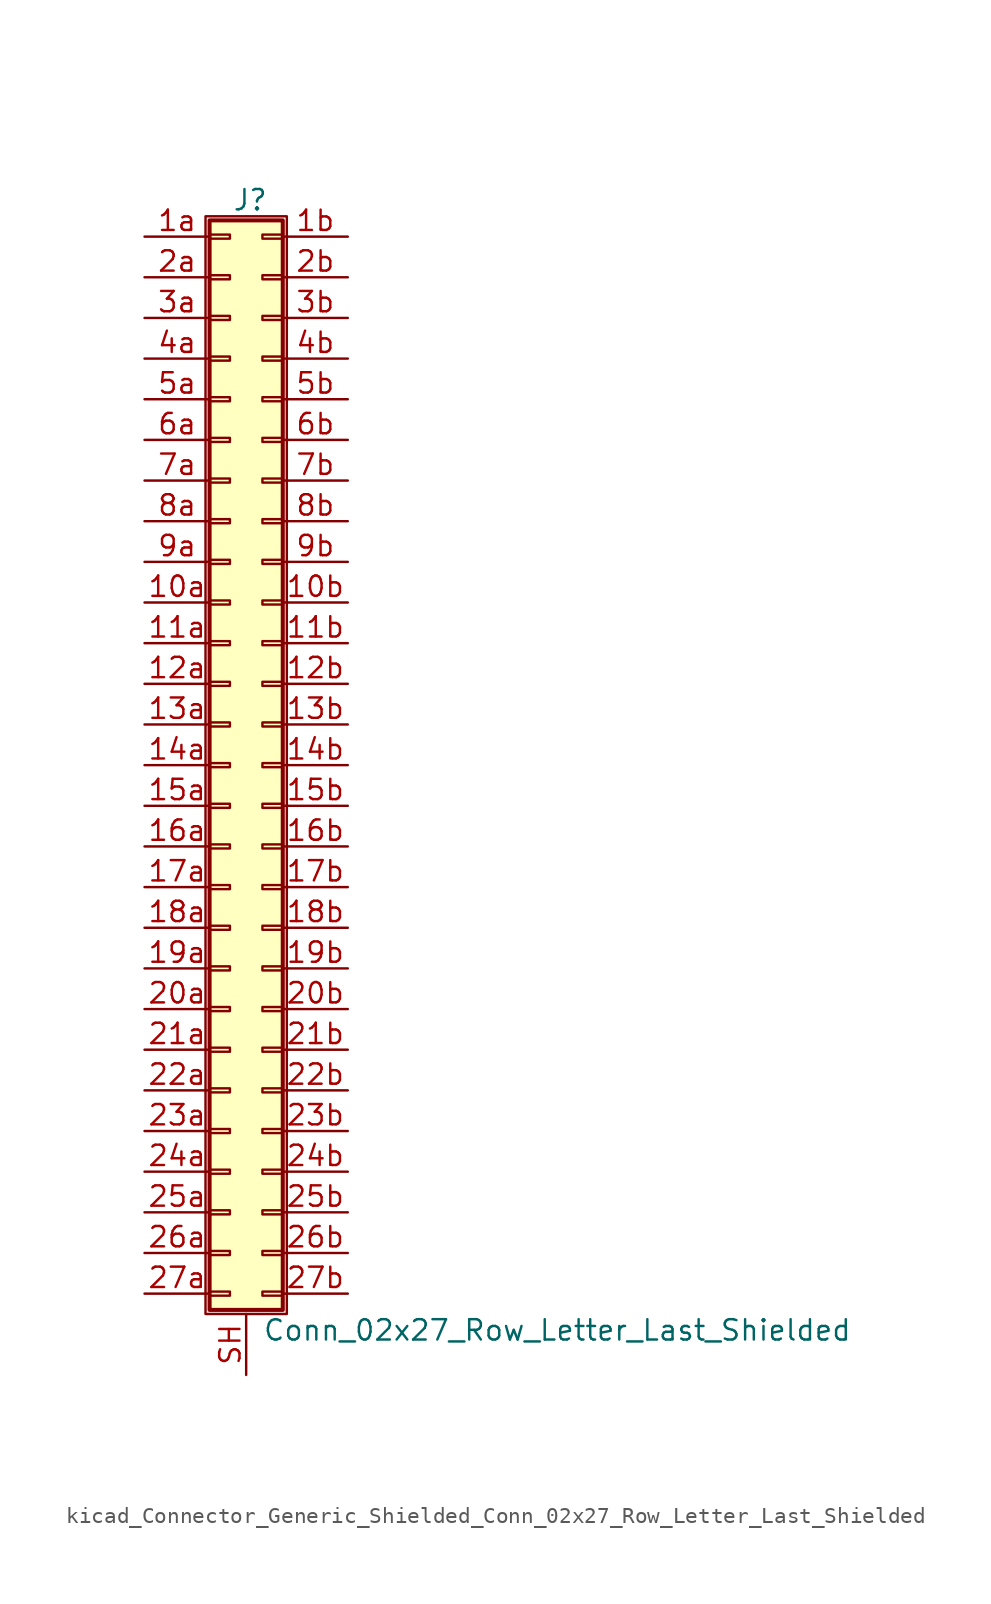
<source format=kicad_sym>
(kicad_symbol_lib
  (version 20220914)
  (generator kicad_symbol_editor)
  (symbol "kicad_Connector_Generic_Shielded_Conn_02x27_Row_Letter_Last_Shielded"
    (pin_names
      (offset 1.016) hide)
    (property "Reference" "J"
      (at 1.524 35.306 0)
      (effects (font (size 1.27 1.27))))
    (property "Value" "Conn_02x27_Row_Letter_Last_Shielded"
      (at 2.286 -35.306 0)
      (effects (font (size 1.27 1.27)) (justify left)))
    (symbol "kicad_Connector_Generic_Shielded_Conn_02x27_Row_Letter_Last_Shielded_1_1"
      (rectangle (start -1.27 34.29) (end 3.81 -34.29) (stroke (width 0.152) (type default)) (fill (type none)))
      (rectangle (start -1.016 -32.893) (end 0.254 -33.147) (stroke (width 0.152) (type default)) (fill (type none)))
      (rectangle (start -1.016 -30.353) (end 0.254 -30.607) (stroke (width 0.152) (type default)) (fill (type none)))
      (rectangle (start -1.016 -27.813) (end 0.254 -28.067) (stroke (width 0.152) (type default)) (fill (type none)))
      (rectangle (start -1.016 -25.273) (end 0.254 -25.527) (stroke (width 0.152) (type default)) (fill (type none)))
      (rectangle (start -1.016 -22.733) (end 0.254 -22.987) (stroke (width 0.152) (type default)) (fill (type none)))
      (rectangle (start -1.016 -20.193) (end 0.254 -20.447) (stroke (width 0.152) (type default)) (fill (type none)))
      (rectangle (start -1.016 -17.653) (end 0.254 -17.907) (stroke (width 0.152) (type default)) (fill (type none)))
      (rectangle (start -1.016 -15.113) (end 0.254 -15.367) (stroke (width 0.152) (type default)) (fill (type none)))
      (rectangle (start -1.016 -12.573) (end 0.254 -12.827) (stroke (width 0.152) (type default)) (fill (type none)))
      (rectangle (start -1.016 -10.033) (end 0.254 -10.287) (stroke (width 0.152) (type default)) (fill (type none)))
      (rectangle (start -1.016 -7.493) (end 0.254 -7.747) (stroke (width 0.152) (type default)) (fill (type none)))
      (rectangle (start -1.016 -4.953) (end 0.254 -5.207) (stroke (width 0.152) (type default)) (fill (type none)))
      (rectangle (start -1.016 -2.413) (end 0.254 -2.667) (stroke (width 0.152) (type default)) (fill (type none)))
      (rectangle (start -1.016 0.127) (end 0.254 -0.127) (stroke (width 0.152) (type default)) (fill (type none)))
      (rectangle (start -1.016 2.667) (end 0.254 2.413) (stroke (width 0.152) (type default)) (fill (type none)))
      (rectangle (start -1.016 5.207) (end 0.254 4.953) (stroke (width 0.152) (type default)) (fill (type none)))
      (rectangle (start -1.016 7.747) (end 0.254 7.493) (stroke (width 0.152) (type default)) (fill (type none)))
      (rectangle (start -1.016 10.287) (end 0.254 10.033) (stroke (width 0.152) (type default)) (fill (type none)))
      (rectangle (start -1.016 12.827) (end 0.254 12.573) (stroke (width 0.152) (type default)) (fill (type none)))
      (rectangle (start -1.016 15.367) (end 0.254 15.113) (stroke (width 0.152) (type default)) (fill (type none)))
      (rectangle (start -1.016 17.907) (end 0.254 17.653) (stroke (width 0.152) (type default)) (fill (type none)))
      (rectangle (start -1.016 20.447) (end 0.254 20.193) (stroke (width 0.152) (type default)) (fill (type none)))
      (rectangle (start -1.016 22.987) (end 0.254 22.733) (stroke (width 0.152) (type default)) (fill (type none)))
      (rectangle (start -1.016 25.527) (end 0.254 25.273) (stroke (width 0.152) (type default)) (fill (type none)))
      (rectangle (start -1.016 28.067) (end 0.254 27.813) (stroke (width 0.152) (type default)) (fill (type none)))
      (rectangle (start -1.016 30.607) (end 0.254 30.353) (stroke (width 0.152) (type default)) (fill (type none)))
      (rectangle (start -1.016 33.147) (end 0.254 32.893) (stroke (width 0.152) (type default)) (fill (type none)))
      (rectangle (start -1.016 34.036) (end 3.556 -34.036) (stroke (width 0.254) (type default)) (fill (type background)))
      (rectangle (start 3.556 -32.893) (end 2.286 -33.147) (stroke (width 0.152) (type default)) (fill (type none)))
      (rectangle (start 3.556 -30.353) (end 2.286 -30.607) (stroke (width 0.152) (type default)) (fill (type none)))
      (rectangle (start 3.556 -27.813) (end 2.286 -28.067) (stroke (width 0.152) (type default)) (fill (type none)))
      (rectangle (start 3.556 -25.273) (end 2.286 -25.527) (stroke (width 0.152) (type default)) (fill (type none)))
      (rectangle (start 3.556 -22.733) (end 2.286 -22.987) (stroke (width 0.152) (type default)) (fill (type none)))
      (rectangle (start 3.556 -20.193) (end 2.286 -20.447) (stroke (width 0.152) (type default)) (fill (type none)))
      (rectangle (start 3.556 -17.653) (end 2.286 -17.907) (stroke (width 0.152) (type default)) (fill (type none)))
      (rectangle (start 3.556 -15.113) (end 2.286 -15.367) (stroke (width 0.152) (type default)) (fill (type none)))
      (rectangle (start 3.556 -12.573) (end 2.286 -12.827) (stroke (width 0.152) (type default)) (fill (type none)))
      (rectangle (start 3.556 -10.033) (end 2.286 -10.287) (stroke (width 0.152) (type default)) (fill (type none)))
      (rectangle (start 3.556 -7.493) (end 2.286 -7.747) (stroke (width 0.152) (type default)) (fill (type none)))
      (rectangle (start 3.556 -4.953) (end 2.286 -5.207) (stroke (width 0.152) (type default)) (fill (type none)))
      (rectangle (start 3.556 -2.413) (end 2.286 -2.667) (stroke (width 0.152) (type default)) (fill (type none)))
      (rectangle (start 3.556 0.127) (end 2.286 -0.127) (stroke (width 0.152) (type default)) (fill (type none)))
      (rectangle (start 3.556 2.667) (end 2.286 2.413) (stroke (width 0.152) (type default)) (fill (type none)))
      (rectangle (start 3.556 5.207) (end 2.286 4.953) (stroke (width 0.152) (type default)) (fill (type none)))
      (rectangle (start 3.556 7.747) (end 2.286 7.493) (stroke (width 0.152) (type default)) (fill (type none)))
      (rectangle (start 3.556 10.287) (end 2.286 10.033) (stroke (width 0.152) (type default)) (fill (type none)))
      (rectangle (start 3.556 12.827) (end 2.286 12.573) (stroke (width 0.152) (type default)) (fill (type none)))
      (rectangle (start 3.556 15.367) (end 2.286 15.113) (stroke (width 0.152) (type default)) (fill (type none)))
      (rectangle (start 3.556 17.907) (end 2.286 17.653) (stroke (width 0.152) (type default)) (fill (type none)))
      (rectangle (start 3.556 20.447) (end 2.286 20.193) (stroke (width 0.152) (type default)) (fill (type none)))
      (rectangle (start 3.556 22.987) (end 2.286 22.733) (stroke (width 0.152) (type default)) (fill (type none)))
      (rectangle (start 3.556 25.527) (end 2.286 25.273) (stroke (width 0.152) (type default)) (fill (type none)))
      (rectangle (start 3.556 28.067) (end 2.286 27.813) (stroke (width 0.152) (type default)) (fill (type none)))
      (rectangle (start 3.556 30.607) (end 2.286 30.353) (stroke (width 0.152) (type default)) (fill (type none)))
      (rectangle (start 3.556 33.147) (end 2.286 32.893) (stroke (width 0.152) (type default)) (fill (type none)))
      (pin passive line (at -5.08 10.16 0) (length 4.064) (name "Pin_10a" (effects (font (size 1.27 1.27)))) (number "10a" (effects (font (size 1.27 1.27)))))
      (pin passive line (at 7.62 10.16 180) (length 4.064) (name "Pin_10b" (effects (font (size 1.27 1.27)))) (number "10b" (effects (font (size 1.27 1.27)))))
      (pin passive line (at -5.08 7.62 0) (length 4.064) (name "Pin_11a" (effects (font (size 1.27 1.27)))) (number "11a" (effects (font (size 1.27 1.27)))))
      (pin passive line (at 7.62 7.62 180) (length 4.064) (name "Pin_11b" (effects (font (size 1.27 1.27)))) (number "11b" (effects (font (size 1.27 1.27)))))
      (pin passive line (at -5.08 5.08 0) (length 4.064) (name "Pin_12a" (effects (font (size 1.27 1.27)))) (number "12a" (effects (font (size 1.27 1.27)))))
      (pin passive line (at 7.62 5.08 180) (length 4.064) (name "Pin_12b" (effects (font (size 1.27 1.27)))) (number "12b" (effects (font (size 1.27 1.27)))))
      (pin passive line (at -5.08 2.54 0) (length 4.064) (name "Pin_13a" (effects (font (size 1.27 1.27)))) (number "13a" (effects (font (size 1.27 1.27)))))
      (pin passive line (at 7.62 2.54 180) (length 4.064) (name "Pin_13b" (effects (font (size 1.27 1.27)))) (number "13b" (effects (font (size 1.27 1.27)))))
      (pin passive line (at -5.08 0 0) (length 4.064) (name "Pin_14a" (effects (font (size 1.27 1.27)))) (number "14a" (effects (font (size 1.27 1.27)))))
      (pin passive line (at 7.62 0 180) (length 4.064) (name "Pin_14b" (effects (font (size 1.27 1.27)))) (number "14b" (effects (font (size 1.27 1.27)))))
      (pin passive line (at -5.08 -2.54 0) (length 4.064) (name "Pin_15a" (effects (font (size 1.27 1.27)))) (number "15a" (effects (font (size 1.27 1.27)))))
      (pin passive line (at 7.62 -2.54 180) (length 4.064) (name "Pin_15b" (effects (font (size 1.27 1.27)))) (number "15b" (effects (font (size 1.27 1.27)))))
      (pin passive line (at -5.08 -5.08 0) (length 4.064) (name "Pin_16a" (effects (font (size 1.27 1.27)))) (number "16a" (effects (font (size 1.27 1.27)))))
      (pin passive line (at 7.62 -5.08 180) (length 4.064) (name "Pin_16b" (effects (font (size 1.27 1.27)))) (number "16b" (effects (font (size 1.27 1.27)))))
      (pin passive line (at -5.08 -7.62 0) (length 4.064) (name "Pin_17a" (effects (font (size 1.27 1.27)))) (number "17a" (effects (font (size 1.27 1.27)))))
      (pin passive line (at 7.62 -7.62 180) (length 4.064) (name "Pin_17b" (effects (font (size 1.27 1.27)))) (number "17b" (effects (font (size 1.27 1.27)))))
      (pin passive line (at -5.08 -10.16 0) (length 4.064) (name "Pin_18a" (effects (font (size 1.27 1.27)))) (number "18a" (effects (font (size 1.27 1.27)))))
      (pin passive line (at 7.62 -10.16 180) (length 4.064) (name "Pin_18b" (effects (font (size 1.27 1.27)))) (number "18b" (effects (font (size 1.27 1.27)))))
      (pin passive line (at -5.08 -12.7 0) (length 4.064) (name "Pin_19a" (effects (font (size 1.27 1.27)))) (number "19a" (effects (font (size 1.27 1.27)))))
      (pin passive line (at 7.62 -12.7 180) (length 4.064) (name "Pin_19b" (effects (font (size 1.27 1.27)))) (number "19b" (effects (font (size 1.27 1.27)))))
      (pin passive line (at -5.08 33.02 0) (length 4.064) (name "Pin_1a" (effects (font (size 1.27 1.27)))) (number "1a" (effects (font (size 1.27 1.27)))))
      (pin passive line (at 7.62 33.02 180) (length 4.064) (name "Pin_1b" (effects (font (size 1.27 1.27)))) (number "1b" (effects (font (size 1.27 1.27)))))
      (pin passive line (at -5.08 -15.24 0) (length 4.064) (name "Pin_20a" (effects (font (size 1.27 1.27)))) (number "20a" (effects (font (size 1.27 1.27)))))
      (pin passive line (at 7.62 -15.24 180) (length 4.064) (name "Pin_20b" (effects (font (size 1.27 1.27)))) (number "20b" (effects (font (size 1.27 1.27)))))
      (pin passive line (at -5.08 -17.78 0) (length 4.064) (name "Pin_21a" (effects (font (size 1.27 1.27)))) (number "21a" (effects (font (size 1.27 1.27)))))
      (pin passive line (at 7.62 -17.78 180) (length 4.064) (name "Pin_21b" (effects (font (size 1.27 1.27)))) (number "21b" (effects (font (size 1.27 1.27)))))
      (pin passive line (at -5.08 -20.32 0) (length 4.064) (name "Pin_22a" (effects (font (size 1.27 1.27)))) (number "22a" (effects (font (size 1.27 1.27)))))
      (pin passive line (at 7.62 -20.32 180) (length 4.064) (name "Pin_22b" (effects (font (size 1.27 1.27)))) (number "22b" (effects (font (size 1.27 1.27)))))
      (pin passive line (at -5.08 -22.86 0) (length 4.064) (name "Pin_23a" (effects (font (size 1.27 1.27)))) (number "23a" (effects (font (size 1.27 1.27)))))
      (pin passive line (at 7.62 -22.86 180) (length 4.064) (name "Pin_23b" (effects (font (size 1.27 1.27)))) (number "23b" (effects (font (size 1.27 1.27)))))
      (pin passive line (at -5.08 -25.4 0) (length 4.064) (name "Pin_24a" (effects (font (size 1.27 1.27)))) (number "24a" (effects (font (size 1.27 1.27)))))
      (pin passive line (at 7.62 -25.4 180) (length 4.064) (name "Pin_24b" (effects (font (size 1.27 1.27)))) (number "24b" (effects (font (size 1.27 1.27)))))
      (pin passive line (at -5.08 -27.94 0) (length 4.064) (name "Pin_25a" (effects (font (size 1.27 1.27)))) (number "25a" (effects (font (size 1.27 1.27)))))
      (pin passive line (at 7.62 -27.94 180) (length 4.064) (name "Pin_25b" (effects (font (size 1.27 1.27)))) (number "25b" (effects (font (size 1.27 1.27)))))
      (pin passive line (at -5.08 -30.48 0) (length 4.064) (name "Pin_26a" (effects (font (size 1.27 1.27)))) (number "26a" (effects (font (size 1.27 1.27)))))
      (pin passive line (at 7.62 -30.48 180) (length 4.064) (name "Pin_26b" (effects (font (size 1.27 1.27)))) (number "26b" (effects (font (size 1.27 1.27)))))
      (pin passive line (at -5.08 -33.02 0) (length 4.064) (name "Pin_27a" (effects (font (size 1.27 1.27)))) (number "27a" (effects (font (size 1.27 1.27)))))
      (pin passive line (at 7.62 -33.02 180) (length 4.064) (name "Pin_27b" (effects (font (size 1.27 1.27)))) (number "27b" (effects (font (size 1.27 1.27)))))
      (pin passive line (at -5.08 30.48 0) (length 4.064) (name "Pin_2a" (effects (font (size 1.27 1.27)))) (number "2a" (effects (font (size 1.27 1.27)))))
      (pin passive line (at 7.62 30.48 180) (length 4.064) (name "Pin_2b" (effects (font (size 1.27 1.27)))) (number "2b" (effects (font (size 1.27 1.27)))))
      (pin passive line (at -5.08 27.94 0) (length 4.064) (name "Pin_3a" (effects (font (size 1.27 1.27)))) (number "3a" (effects (font (size 1.27 1.27)))))
      (pin passive line (at 7.62 27.94 180) (length 4.064) (name "Pin_3b" (effects (font (size 1.27 1.27)))) (number "3b" (effects (font (size 1.27 1.27)))))
      (pin passive line (at -5.08 25.4 0) (length 4.064) (name "Pin_4a" (effects (font (size 1.27 1.27)))) (number "4a" (effects (font (size 1.27 1.27)))))
      (pin passive line (at 7.62 25.4 180) (length 4.064) (name "Pin_4b" (effects (font (size 1.27 1.27)))) (number "4b" (effects (font (size 1.27 1.27)))))
      (pin passive line (at -5.08 22.86 0) (length 4.064) (name "Pin_5a" (effects (font (size 1.27 1.27)))) (number "5a" (effects (font (size 1.27 1.27)))))
      (pin passive line (at 7.62 22.86 180) (length 4.064) (name "Pin_5b" (effects (font (size 1.27 1.27)))) (number "5b" (effects (font (size 1.27 1.27)))))
      (pin passive line (at -5.08 20.32 0) (length 4.064) (name "Pin_6a" (effects (font (size 1.27 1.27)))) (number "6a" (effects (font (size 1.27 1.27)))))
      (pin passive line (at 7.62 20.32 180) (length 4.064) (name "Pin_6b" (effects (font (size 1.27 1.27)))) (number "6b" (effects (font (size 1.27 1.27)))))
      (pin passive line (at -5.08 17.78 0) (length 4.064) (name "Pin_7a" (effects (font (size 1.27 1.27)))) (number "7a" (effects (font (size 1.27 1.27)))))
      (pin passive line (at 7.62 17.78 180) (length 4.064) (name "Pin_7b" (effects (font (size 1.27 1.27)))) (number "7b" (effects (font (size 1.27 1.27)))))
      (pin passive line (at -5.08 15.24 0) (length 4.064) (name "Pin_8a" (effects (font (size 1.27 1.27)))) (number "8a" (effects (font (size 1.27 1.27)))))
      (pin passive line (at 7.62 15.24 180) (length 4.064) (name "Pin_8b" (effects (font (size 1.27 1.27)))) (number "8b" (effects (font (size 1.27 1.27)))))
      (pin passive line (at -5.08 12.7 0) (length 4.064) (name "Pin_9a" (effects (font (size 1.27 1.27)))) (number "9a" (effects (font (size 1.27 1.27)))))
      (pin passive line (at 7.62 12.7 180) (length 4.064) (name "Pin_9b" (effects (font (size 1.27 1.27)))) (number "9b" (effects (font (size 1.27 1.27)))))
      (pin passive line (at 1.27 -38.1 90) (length 3.81) (name "Shield" (effects (font (size 1.27 1.27)))) (number "SH" (effects (font (size 1.27 1.27))))))))
</source>
